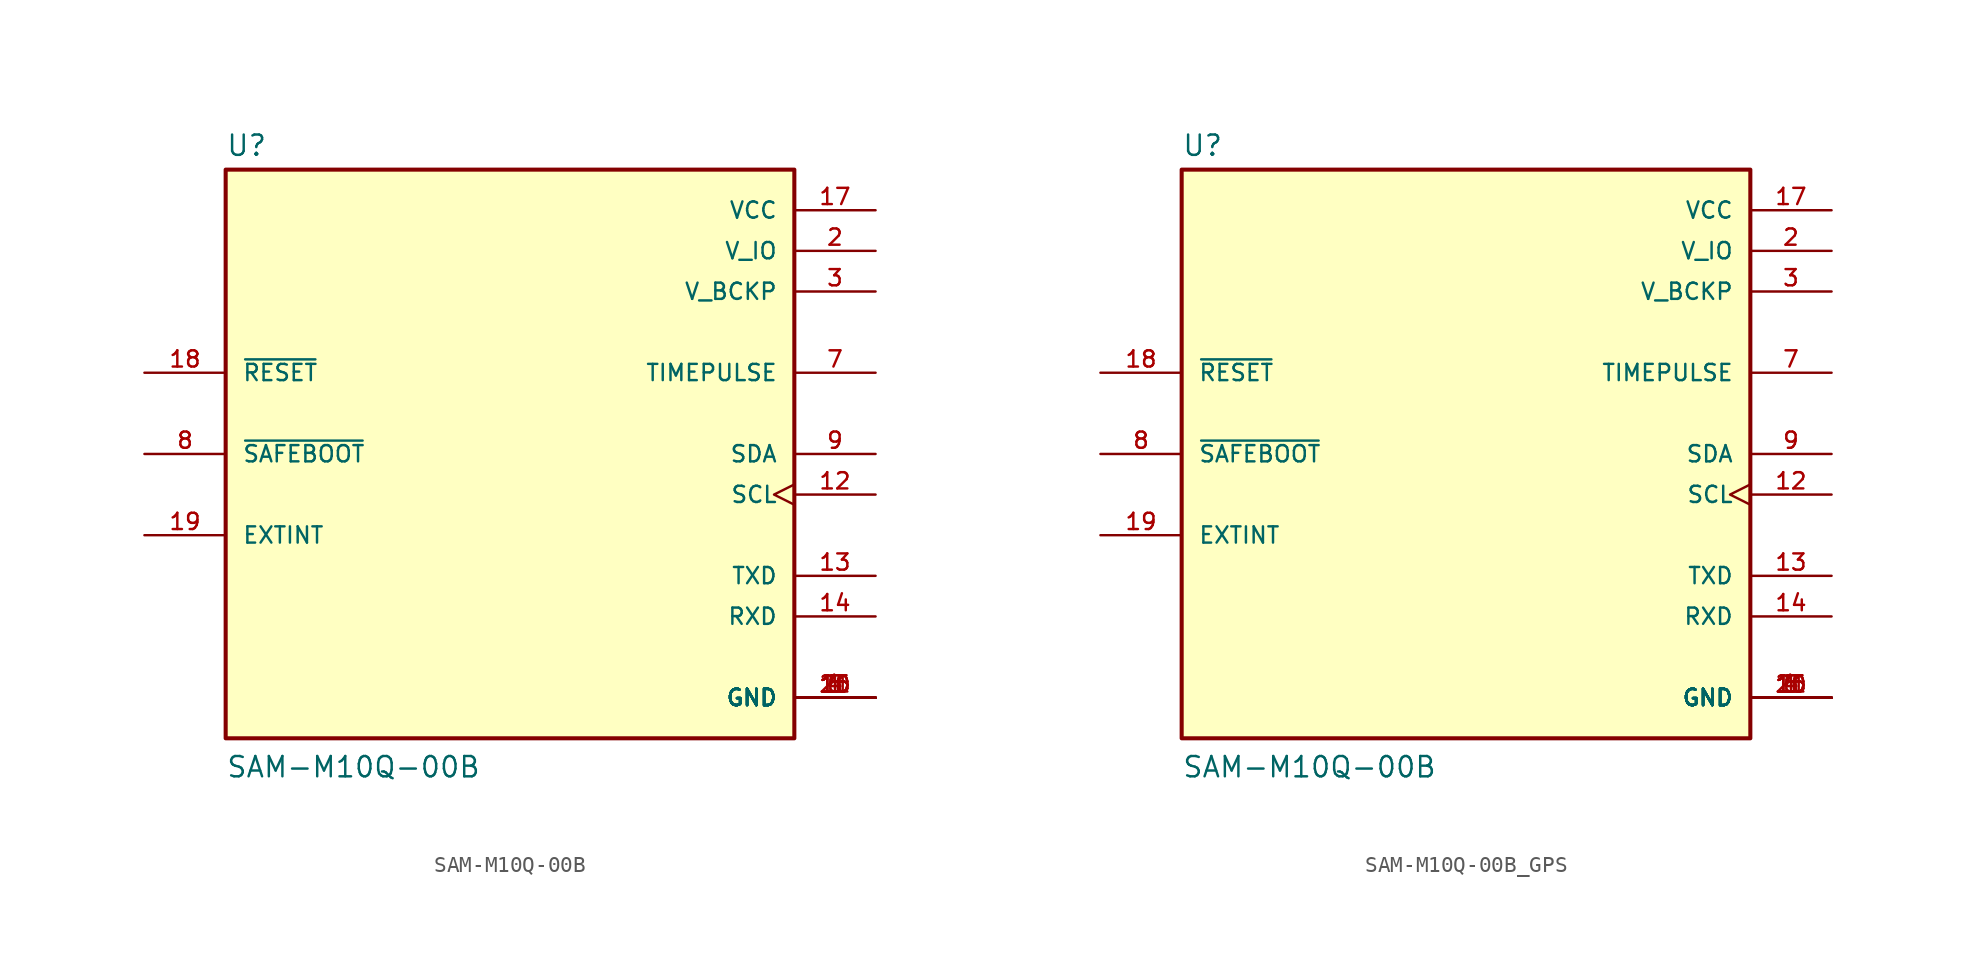
<source format=kicad_sym>
(kicad_symbol_lib
  (version 20220914)
  (generator kicad_symbol_editor)
  (symbol "SAM-M10Q-00B"
    (pin_names
      (offset 1.016))
    (property "Reference" "U"
      (at -17.78 18.542 0)
      (effects (font (size 1.27 1.27)) (justify left bottom)))
    (property "Value" "SAM-M10Q-00B"
      (at -17.78 -20.32 0)
      (effects (font (size 1.27 1.27)) (justify left bottom)))
    (symbol "SAM-M10Q-00B_0_0"
      (rectangle (start -17.78 -17.78) (end 17.78 17.78) (stroke (width 0.254) (type default)) (fill (type background)))
      (pin power_in line (at 22.86 -15.24 180) (length 5.08) (name "GND" (effects (font (size 1.016 1.016)))) (number "1" (effects (font (size 1.016 1.016)))))
      (pin power_in line (at 22.86 -15.24 180) (length 5.08) (name "GND" (effects (font (size 1.016 1.016)))) (number "10" (effects (font (size 1.016 1.016)))))
      (pin power_in line (at 22.86 -15.24 180) (length 5.08) (name "GND" (effects (font (size 1.016 1.016)))) (number "11" (effects (font (size 1.016 1.016)))))
      (pin input clock (at 22.86 -2.54 180) (length 5.08) (name "SCL" (effects (font (size 1.016 1.016)))) (number "12" (effects (font (size 1.016 1.016)))))
      (pin output line (at 22.86 -7.62 180) (length 5.08) (name "TXD" (effects (font (size 1.016 1.016)))) (number "13" (effects (font (size 1.016 1.016)))))
      (pin input line (at 22.86 -10.16 180) (length 5.08) (name "RXD" (effects (font (size 1.016 1.016)))) (number "14" (effects (font (size 1.016 1.016)))))
      (pin power_in line (at 22.86 -15.24 180) (length 5.08) (name "GND" (effects (font (size 1.016 1.016)))) (number "15" (effects (font (size 1.016 1.016)))))
      (pin power_in line (at 22.86 -15.24 180) (length 5.08) (name "GND" (effects (font (size 1.016 1.016)))) (number "16" (effects (font (size 1.016 1.016)))))
      (pin power_in line (at 22.86 15.24 180) (length 5.08) (name "VCC" (effects (font (size 1.016 1.016)))) (number "17" (effects (font (size 1.016 1.016)))))
      (pin input line (at -22.86 5.08 0) (length 5.08) (name "~{RESET}" (effects (font (size 1.016 1.016)))) (number "18" (effects (font (size 1.016 1.016)))))
      (pin input line (at -22.86 -5.08 0) (length 5.08) (name "EXTINT" (effects (font (size 1.016 1.016)))) (number "19" (effects (font (size 1.016 1.016)))))
      (pin power_in line (at 22.86 12.7 180) (length 5.08) (name "V_IO" (effects (font (size 1.016 1.016)))) (number "2" (effects (font (size 1.016 1.016)))))
      (pin power_in line (at 22.86 -15.24 180) (length 5.08) (name "GND" (effects (font (size 1.016 1.016)))) (number "20" (effects (font (size 1.016 1.016)))))
      (pin power_in line (at 22.86 10.16 180) (length 5.08) (name "V_BCKP" (effects (font (size 1.016 1.016)))) (number "3" (effects (font (size 1.016 1.016)))))
      (pin power_in line (at 22.86 -15.24 180) (length 5.08) (name "GND" (effects (font (size 1.016 1.016)))) (number "4" (effects (font (size 1.016 1.016)))))
      (pin power_in line (at 22.86 -15.24 180) (length 5.08) (name "GND" (effects (font (size 1.016 1.016)))) (number "5" (effects (font (size 1.016 1.016)))))
      (pin power_in line (at 22.86 -15.24 180) (length 5.08) (name "GND" (effects (font (size 1.016 1.016)))) (number "6" (effects (font (size 1.016 1.016)))))
      (pin output line (at 22.86 5.08 180) (length 5.08) (name "TIMEPULSE" (effects (font (size 1.016 1.016)))) (number "7" (effects (font (size 1.016 1.016)))))
      (pin input line (at -22.86 0 0) (length 5.08) (name "~{SAFEBOOT}" (effects (font (size 1.016 1.016)))) (number "8" (effects (font (size 1.016 1.016)))))
      (pin bidirectional line (at 22.86 0 180) (length 5.08) (name "SDA" (effects (font (size 1.016 1.016)))) (number "9" (effects (font (size 1.016 1.016)))))))
  (symbol "SAM-M10Q-00B_GPS"
    (pin_names
      (offset 1.016))
    (property "Reference" "U"
      (at -17.78 18.542 0)
      (effects (font (size 1.27 1.27)) (justify left bottom)))
    (property "Value" "SAM-M10Q-00B"
      (at -17.78 -20.32 0)
      (effects (font (size 1.27 1.27)) (justify left bottom)))
    (symbol "SAM-M10Q-00B_GPS_0_0"
      (rectangle (start -17.78 -17.78) (end 17.78 17.78) (stroke (width 0.254) (type default)) (fill (type background)))
      (pin power_in line (at 22.86 -15.24 180) (length 5.08) (name "GND" (effects (font (size 1.016 1.016)))) (number "1" (effects (font (size 1.016 1.016)))))
      (pin power_in line (at 22.86 -15.24 180) (length 5.08) (name "GND" (effects (font (size 1.016 1.016)))) (number "10" (effects (font (size 1.016 1.016)))))
      (pin power_in line (at 22.86 -15.24 180) (length 5.08) (name "GND" (effects (font (size 1.016 1.016)))) (number "11" (effects (font (size 1.016 1.016)))))
      (pin input clock (at 22.86 -2.54 180) (length 5.08) (name "SCL" (effects (font (size 1.016 1.016)))) (number "12" (effects (font (size 1.016 1.016)))))
      (pin output line (at 22.86 -7.62 180) (length 5.08) (name "TXD" (effects (font (size 1.016 1.016)))) (number "13" (effects (font (size 1.016 1.016)))))
      (pin input line (at 22.86 -10.16 180) (length 5.08) (name "RXD" (effects (font (size 1.016 1.016)))) (number "14" (effects (font (size 1.016 1.016)))))
      (pin power_in line (at 22.86 -15.24 180) (length 5.08) (name "GND" (effects (font (size 1.016 1.016)))) (number "15" (effects (font (size 1.016 1.016)))))
      (pin power_in line (at 22.86 -15.24 180) (length 5.08) (name "GND" (effects (font (size 1.016 1.016)))) (number "16" (effects (font (size 1.016 1.016)))))
      (pin power_in line (at 22.86 15.24 180) (length 5.08) (name "VCC" (effects (font (size 1.016 1.016)))) (number "17" (effects (font (size 1.016 1.016)))))
      (pin input line (at -22.86 5.08 0) (length 5.08) (name "~{RESET}" (effects (font (size 1.016 1.016)))) (number "18" (effects (font (size 1.016 1.016)))))
      (pin input line (at -22.86 -5.08 0) (length 5.08) (name "EXTINT" (effects (font (size 1.016 1.016)))) (number "19" (effects (font (size 1.016 1.016)))))
      (pin power_in line (at 22.86 12.7 180) (length 5.08) (name "V_IO" (effects (font (size 1.016 1.016)))) (number "2" (effects (font (size 1.016 1.016)))))
      (pin power_in line (at 22.86 -15.24 180) (length 5.08) (name "GND" (effects (font (size 1.016 1.016)))) (number "20" (effects (font (size 1.016 1.016)))))
      (pin power_in line (at 22.86 10.16 180) (length 5.08) (name "V_BCKP" (effects (font (size 1.016 1.016)))) (number "3" (effects (font (size 1.016 1.016)))))
      (pin power_in line (at 22.86 -15.24 180) (length 5.08) (name "GND" (effects (font (size 1.016 1.016)))) (number "4" (effects (font (size 1.016 1.016)))))
      (pin power_in line (at 22.86 -15.24 180) (length 5.08) (name "GND" (effects (font (size 1.016 1.016)))) (number "5" (effects (font (size 1.016 1.016)))))
      (pin power_in line (at 22.86 -15.24 180) (length 5.08) (name "GND" (effects (font (size 1.016 1.016)))) (number "6" (effects (font (size 1.016 1.016)))))
      (pin output line (at 22.86 5.08 180) (length 5.08) (name "TIMEPULSE" (effects (font (size 1.016 1.016)))) (number "7" (effects (font (size 1.016 1.016)))))
      (pin input line (at -22.86 0 0) (length 5.08) (name "~{SAFEBOOT}" (effects (font (size 1.016 1.016)))) (number "8" (effects (font (size 1.016 1.016)))))
      (pin bidirectional line (at 22.86 0 180) (length 5.08) (name "SDA" (effects (font (size 1.016 1.016)))) (number "9" (effects (font (size 1.016 1.016))))))))
</source>
